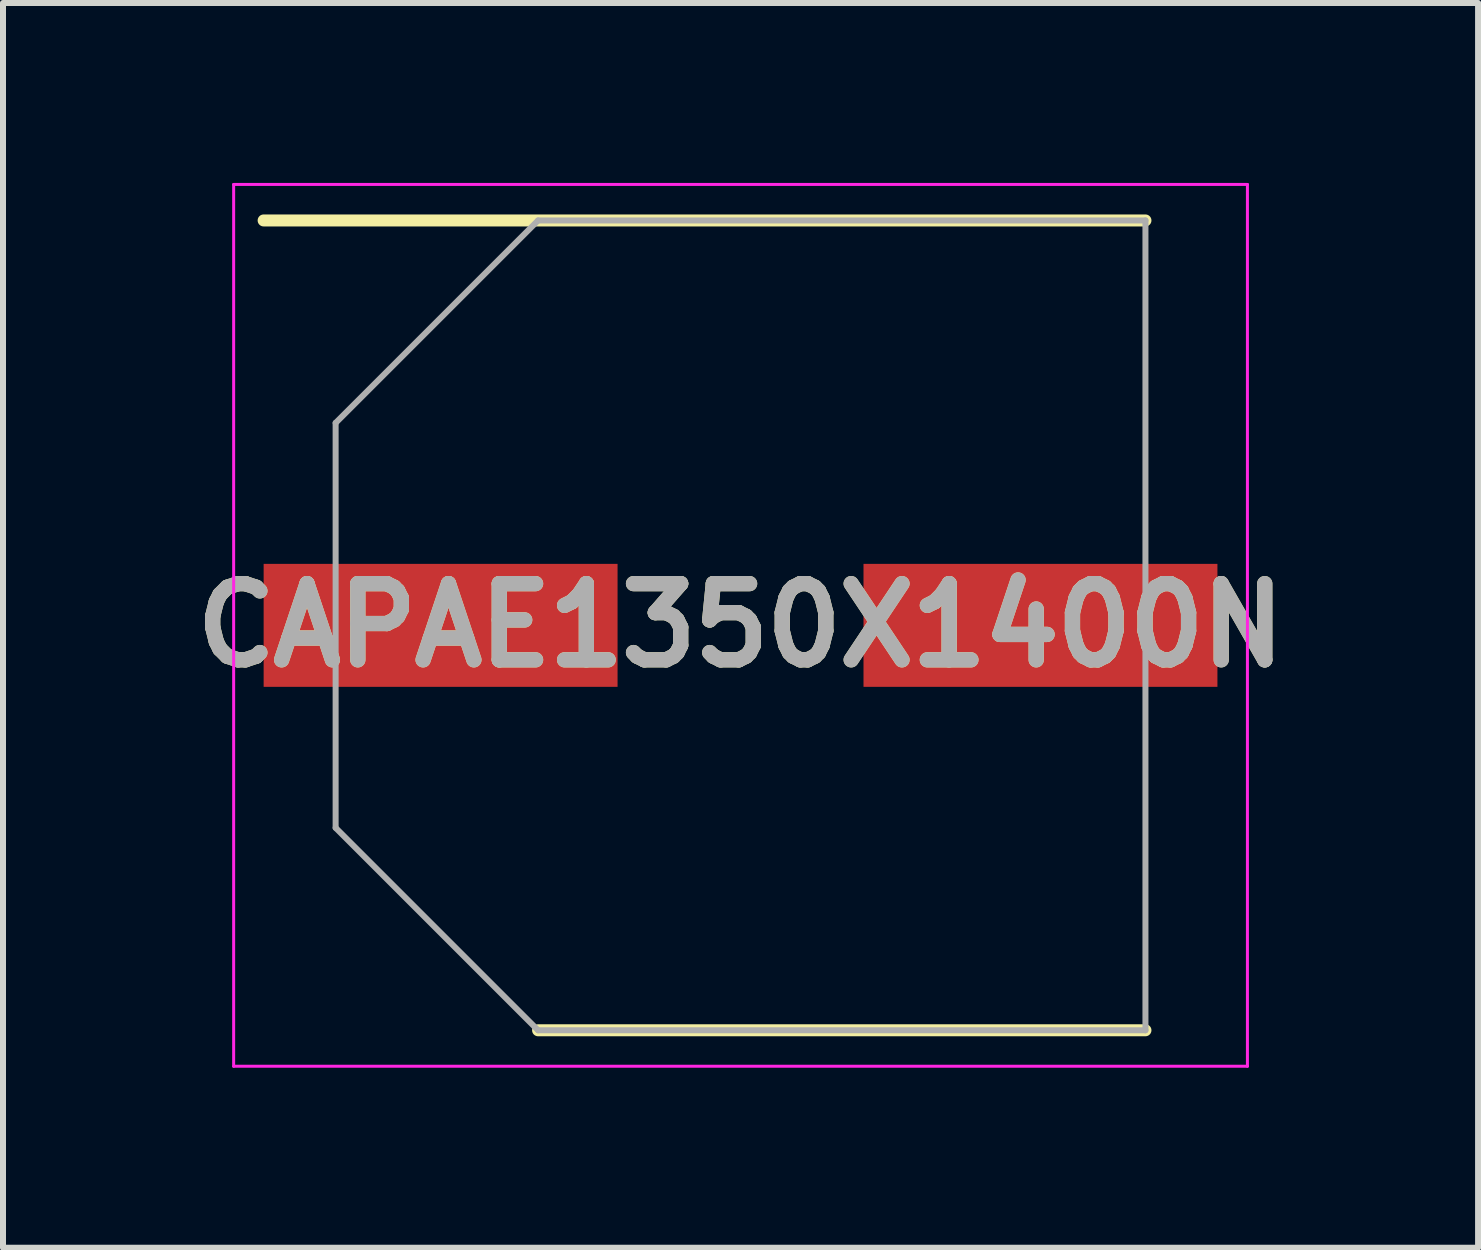
<source format=kicad_pcb>
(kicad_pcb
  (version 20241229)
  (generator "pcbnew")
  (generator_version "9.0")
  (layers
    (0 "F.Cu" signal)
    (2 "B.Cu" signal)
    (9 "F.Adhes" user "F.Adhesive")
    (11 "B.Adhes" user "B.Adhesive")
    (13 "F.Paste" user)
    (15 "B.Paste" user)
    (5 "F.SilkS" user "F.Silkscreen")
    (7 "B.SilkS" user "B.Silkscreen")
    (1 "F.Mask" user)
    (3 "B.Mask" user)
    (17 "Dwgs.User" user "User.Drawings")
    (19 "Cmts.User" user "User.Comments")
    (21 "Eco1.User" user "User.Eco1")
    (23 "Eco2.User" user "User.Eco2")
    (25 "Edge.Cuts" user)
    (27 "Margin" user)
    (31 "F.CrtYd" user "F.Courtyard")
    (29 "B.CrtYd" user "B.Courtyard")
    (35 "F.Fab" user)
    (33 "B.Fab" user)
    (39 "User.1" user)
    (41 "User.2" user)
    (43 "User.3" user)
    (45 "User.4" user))
  (footprint "CAPAE1350X1400N"
    (layer "F.Cu")
    (at 9.295 7.375)
    (property "Reference" "CAPAE1350X1400N" (at 0 0 0) (layer "F.SilkS") (effects (font (size 1.27 1.27) (thickness 0.254))))
    (attr smd)
    (fp_line (start -7.95 -6.75) (end 6.75 -6.75) (stroke (width 0.2) (type solid)) (layer "F.SilkS"))
    (fp_line (start -3.375 6.75) (end 6.75 6.75) (stroke (width 0.2) (type solid)) (layer "F.SilkS"))
    (fp_line (start -8.45 -7.35) (end 8.45 -7.35) (stroke (width 0.05) (type solid)) (layer "F.CrtYd"))
    (fp_line (start -8.45 7.35) (end -8.45 -7.35) (stroke (width 0.05) (type solid)) (layer "F.CrtYd"))
    (fp_line (start 8.45 -7.35) (end 8.45 7.35) (stroke (width 0.05) (type solid)) (layer "F.CrtYd"))
    (fp_line (start 8.45 7.35) (end -8.45 7.35) (stroke (width 0.05) (type solid)) (layer "F.CrtYd"))
    (fp_line (start -6.75 -3.375) (end -6.75 3.375) (stroke (width 0.1) (type solid)) (layer "F.Fab"))
    (fp_line (start -6.75 3.375) (end -3.375 6.75) (stroke (width 0.1) (type solid)) (layer "F.Fab"))
    (fp_line (start -3.375 -6.75) (end -6.75 -3.375) (stroke (width 0.1) (type solid)) (layer "F.Fab"))
    (fp_line (start -3.375 6.75) (end 6.75 6.75) (stroke (width 0.1) (type solid)) (layer "F.Fab"))
    (fp_line (start 6.75 -6.75) (end -3.375 -6.75) (stroke (width 0.1) (type solid)) (layer "F.Fab"))
    (fp_line (start 6.75 6.75) (end 6.75 -6.75) (stroke (width 0.1) (type solid)) (layer "F.Fab"))
    (fp_text user "${REFERENCE}" (at 0 0 0) (layer "F.Fab") (effects (font (size 1.27 1.27) (thickness 0.254))))
    (pad "1" smd rect (at -5 0 90) (size 2.05 5.9) (layers "F.Cu" "F.Mask" "F.Paste"))
    (pad "2" smd rect (at 5 0 90) (size 2.05 5.9) (layers "F.Cu" "F.Mask" "F.Paste")))
  (gr_rect
    (start -3 -3)
    (end 21.59 17.75)
    (stroke (width 0.1) (type default))
    (fill no)
    (layer "Edge.Cuts")))
</source>
